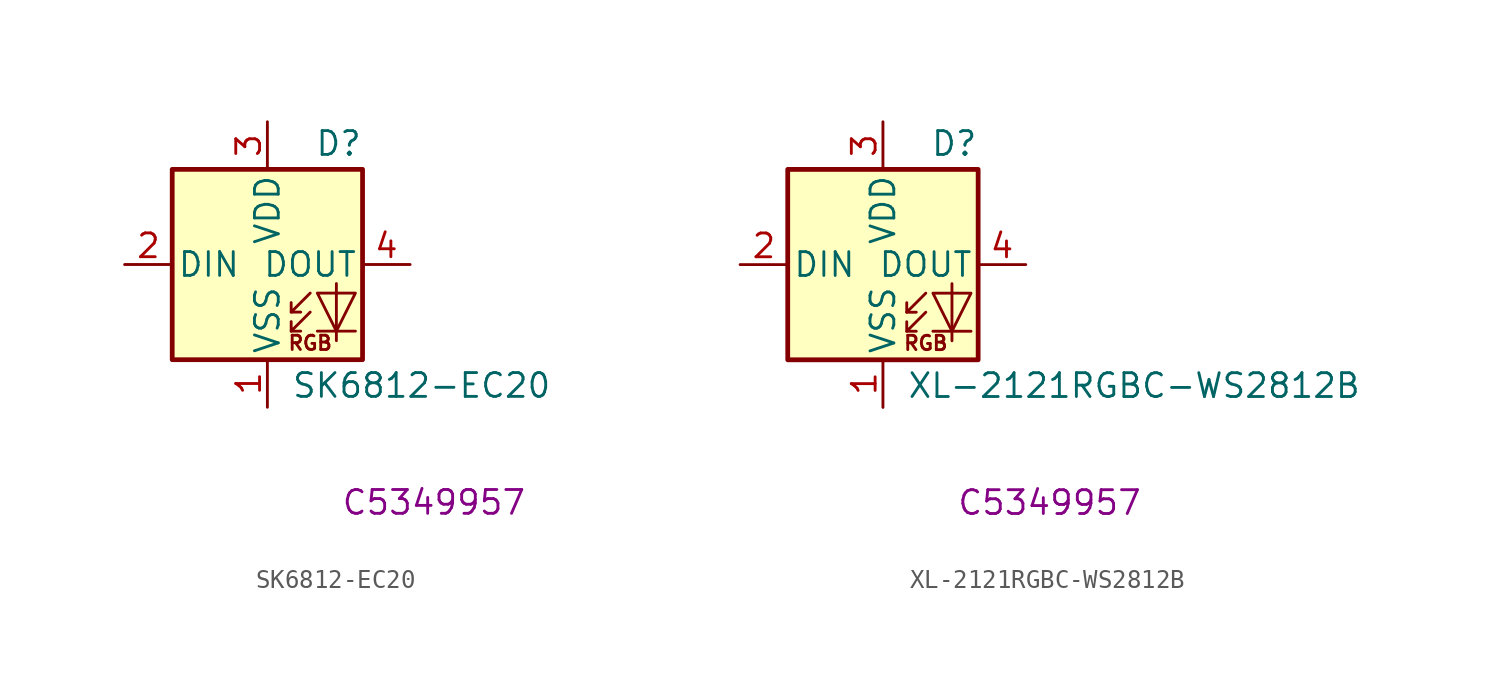
<source format=kicad_sym>
(kicad_symbol_lib
  (version 20220914)
  (generator kicad_symbol_editor)
  (symbol "SK6812-EC20"
    (pin_names
      (offset 0.254))
    (property "Reference" "D"
      (at 5.08 5.715 0)
      (effects (font (size 1.27 1.27)) (justify right bottom)))
    (property "Value" "SK6812-EC20"
      (at 1.27 -5.715 0)
      (effects (font (size 1.27 1.27)) (justify left top)))
    (property "JLCPCB_PART" "C5349957"
      (at 8.89 -12.7 0)
      (effects (font (size 1.27 1.27))))
    (symbol "SK6812-EC20_0_0"
      (text "RGB" (at 2.286 -4.191 0) (effects (font (size 0.762 0.762)))))
    (symbol "SK6812-EC20_0_1"
      (rectangle (start -5.08 5.08) (end 5.08 -5.08) (stroke (width 0.254) (type default)) (fill (type background)))
      (polyline (pts (xy 1.27 -3.556) (xy 1.778 -3.556)) (stroke (width 0) (type default)) (fill (type none)))
      (polyline (pts (xy 1.27 -2.54) (xy 1.778 -2.54)) (stroke (width 0) (type default)) (fill (type none)))
      (polyline (pts (xy 4.699 -3.556) (xy 2.667 -3.556)) (stroke (width 0) (type default)) (fill (type none)))
      (polyline (pts (xy 2.286 -2.54) (xy 1.27 -3.556) (xy 1.27 -3.048)) (stroke (width 0) (type default)) (fill (type none)))
      (polyline (pts (xy 2.286 -1.524) (xy 1.27 -2.54) (xy 1.27 -2.032)) (stroke (width 0) (type default)) (fill (type none)))
      (polyline (pts (xy 3.683 -1.016) (xy 3.683 -3.556) (xy 3.683 -4.064)) (stroke (width 0) (type default)) (fill (type none)))
      (polyline (pts (xy 4.699 -1.524) (xy 2.667 -1.524) (xy 3.683 -3.556) (xy 4.699 -1.524)) (stroke (width 0) (type default)) (fill (type none))))
    (symbol "SK6812-EC20_1_1"
      (pin power_in line (at 0 -7.62 90) (length 2.54) (name "VSS" (effects (font (size 1.27 1.27)))) (number "1" (effects (font (size 1.27 1.27)))))
      (pin input line (at -7.62 0 0) (length 2.54) (name "DIN" (effects (font (size 1.27 1.27)))) (number "2" (effects (font (size 1.27 1.27)))))
      (pin power_in line (at 0 7.62 270) (length 2.54) (name "VDD" (effects (font (size 1.27 1.27)))) (number "3" (effects (font (size 1.27 1.27)))))
      (pin output line (at 7.62 0 180) (length 2.54) (name "DOUT" (effects (font (size 1.27 1.27)))) (number "4" (effects (font (size 1.27 1.27)))))))
  (symbol "XL-2121RGBC-WS2812B"
    (pin_names
      (offset 0.254))
    (property "Reference" "D"
      (at 5.08 5.715 0)
      (effects (font (size 1.27 1.27)) (justify right bottom)))
    (property "Value" "XL-2121RGBC-WS2812B"
      (at 1.27 -5.715 0)
      (effects (font (size 1.27 1.27)) (justify left top)))
    (property "JLCPCB_PART" "C5349957"
      (at 8.89 -12.7 0)
      (effects (font (size 1.27 1.27))))
    (symbol "XL-2121RGBC-WS2812B_0_0"
      (text "RGB" (at 2.286 -4.191 0) (effects (font (size 0.762 0.762)))))
    (symbol "XL-2121RGBC-WS2812B_0_1"
      (rectangle (start -5.08 5.08) (end 5.08 -5.08) (stroke (width 0.254) (type default)) (fill (type background)))
      (polyline (pts (xy 1.27 -3.556) (xy 1.778 -3.556)) (stroke (width 0) (type default)) (fill (type none)))
      (polyline (pts (xy 1.27 -2.54) (xy 1.778 -2.54)) (stroke (width 0) (type default)) (fill (type none)))
      (polyline (pts (xy 4.699 -3.556) (xy 2.667 -3.556)) (stroke (width 0) (type default)) (fill (type none)))
      (polyline (pts (xy 2.286 -2.54) (xy 1.27 -3.556) (xy 1.27 -3.048)) (stroke (width 0) (type default)) (fill (type none)))
      (polyline (pts (xy 2.286 -1.524) (xy 1.27 -2.54) (xy 1.27 -2.032)) (stroke (width 0) (type default)) (fill (type none)))
      (polyline (pts (xy 3.683 -1.016) (xy 3.683 -3.556) (xy 3.683 -4.064)) (stroke (width 0) (type default)) (fill (type none)))
      (polyline (pts (xy 4.699 -1.524) (xy 2.667 -1.524) (xy 3.683 -3.556) (xy 4.699 -1.524)) (stroke (width 0) (type default)) (fill (type none))))
    (symbol "XL-2121RGBC-WS2812B_1_1"
      (pin power_in line (at 0 -7.62 90) (length 2.54) (name "VSS" (effects (font (size 1.27 1.27)))) (number "1" (effects (font (size 1.27 1.27)))))
      (pin input line (at -7.62 0 0) (length 2.54) (name "DIN" (effects (font (size 1.27 1.27)))) (number "2" (effects (font (size 1.27 1.27)))))
      (pin power_in line (at 0 7.62 270) (length 2.54) (name "VDD" (effects (font (size 1.27 1.27)))) (number "3" (effects (font (size 1.27 1.27)))))
      (pin output line (at 7.62 0 180) (length 2.54) (name "DOUT" (effects (font (size 1.27 1.27)))) (number "4" (effects (font (size 1.27 1.27))))))))
</source>
